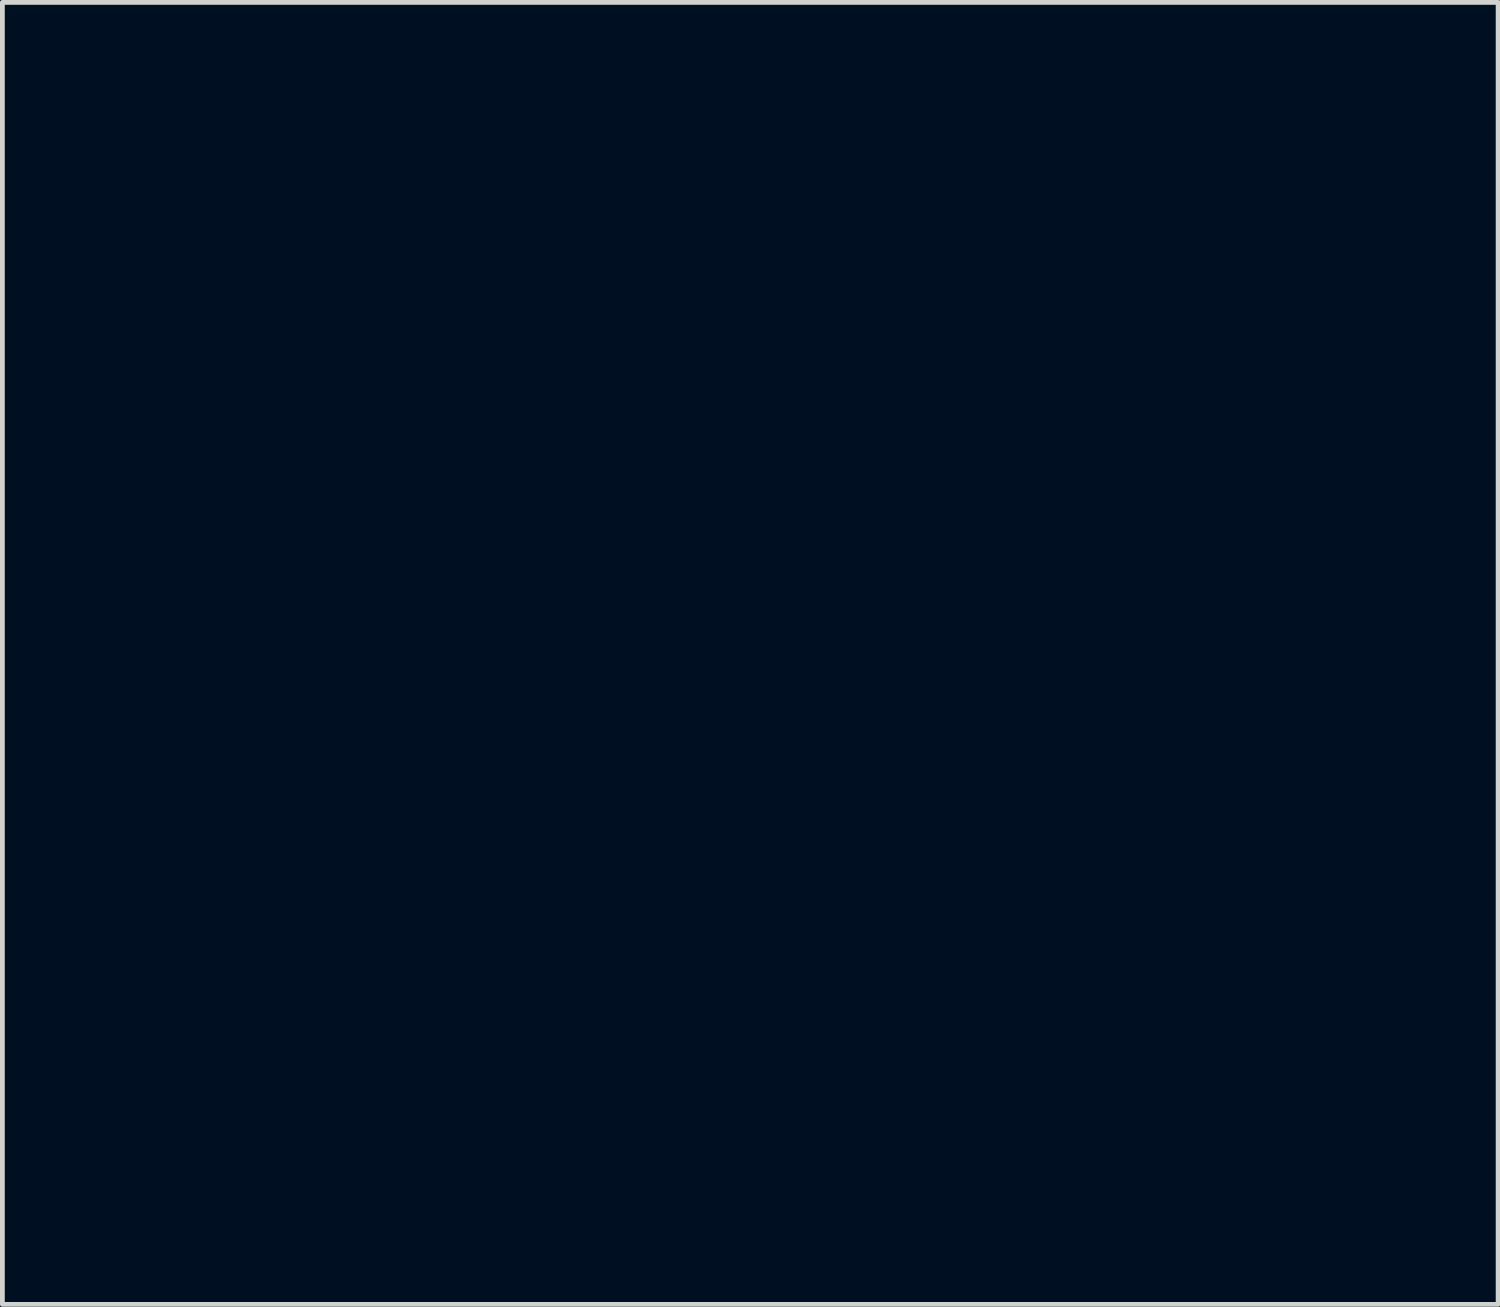
<source format=kicad_pcb>
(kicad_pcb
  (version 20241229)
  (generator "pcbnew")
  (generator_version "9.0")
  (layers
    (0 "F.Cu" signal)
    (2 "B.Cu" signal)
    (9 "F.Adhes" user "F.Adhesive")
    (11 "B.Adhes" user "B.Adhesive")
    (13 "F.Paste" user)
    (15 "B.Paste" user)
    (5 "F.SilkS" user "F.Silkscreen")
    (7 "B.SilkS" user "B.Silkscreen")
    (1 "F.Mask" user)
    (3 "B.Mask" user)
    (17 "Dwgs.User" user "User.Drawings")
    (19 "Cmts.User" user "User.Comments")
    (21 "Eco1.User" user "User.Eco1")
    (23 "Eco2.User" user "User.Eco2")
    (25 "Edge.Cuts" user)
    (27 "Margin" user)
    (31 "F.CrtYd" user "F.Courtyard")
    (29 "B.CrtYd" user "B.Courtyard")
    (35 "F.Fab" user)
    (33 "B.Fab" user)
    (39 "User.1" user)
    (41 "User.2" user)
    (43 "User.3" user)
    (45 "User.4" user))
  (footprint "osh-park-text-mask"
    (layer "F.Cu")
    (at 12.678 12.884)
    (property "Reference" "osh-park-text-mask" (at 0 -11.458 180) (layer "F.Mask") (effects (font (size 1.524 1.524) (thickness 0.305))))
    (attr smd)
    (fp_poly (pts (xy 6.761 6.121) (xy 6.209 6.121) (xy 5.428 6.959) (xy 5.428 6.121) (xy 4.996 6.121) (xy 4.996 8.267) (xy 5.428 8.267) (xy 5.428 7.194) (xy 6.71 8.41) (xy 6.71 7.832) (xy 5.871 7.056) (xy 6.761 6.121)) (stroke (width 0) (type solid)) (fill yes) (layer "B.Mask"))
    (fp_poly (pts (xy -1.104 6.121) (xy -1.104 7.076) (xy -2.246 7.076) (xy -2.246 6.121) (xy -2.506 6.121) (xy -2.506 8.267) (xy -2.246 8.267) (xy -2.246 7.311) (xy -1.104 7.311) (xy -1.104 8.267) (xy -0.844 8.267) (xy -0.844 6.121) (xy -1.104 6.121)) (stroke (width 0) (type solid)) (fill yes) (layer "B.Mask"))
    (fp_poly (pts (xy 2.598 8.267) (xy 1.963 6.558) (xy 2.315 7.506) (xy 1.608 7.506) (xy 1.963 6.558) (xy 2.598 8.267) (xy 3.065 8.267) (xy 2.204 6.121) (xy 1.72 6.121) (xy 0.859 8.267) (xy 1.325 8.267) (xy 1.477 7.86) (xy 2.447 7.86) (xy 2.598 8.267)) (stroke (width 0) (type solid)) (fill yes) (layer "B.Mask"))
    (fp_poly (pts (xy 0.428 6.121) (xy -0.027 6.496) (xy 0.388 6.496) (xy 0.445 6.501) (xy 0.499 6.515) (xy 0.547 6.538) (xy 0.589 6.57) (xy 0.623 6.608) (xy 0.649 6.654) (xy 0.665 6.705) (xy 0.671 6.762) (xy 0.665 6.82) (xy 0.649 6.873) (xy 0.623 6.919) (xy 0.589 6.957) (xy 0.547 6.989) (xy 0.499 7.012) (xy 0.445 7.026) (xy 0.388 7.031) (xy 0.388 7.031) (xy -0.027 7.031) (xy -0.027 6.496) (xy 0.428 6.121) (xy -0.459 6.121) (xy -0.459 8.267) (xy -0.027 8.267) (xy -0.027 7.383) (xy 0.428 7.383) (xy 0.558 7.37) (xy 0.678 7.335) (xy 0.786 7.279) (xy 0.88 7.204) (xy 0.956 7.112) (xy 1.014 7.006) (xy 1.05 6.888) (xy 1.063 6.759) (xy 1.05 6.63) (xy 1.014 6.511) (xy 0.956 6.402) (xy 0.88 6.308) (xy 0.786 6.23) (xy 0.678 6.171) (xy 0.558 6.134) (xy 0.428 6.121) (xy 0.428 6.121)) (stroke (width 0) (type solid)) (fill yes) (layer "B.Mask"))
    (fp_poly (pts (xy 4.317 7.328) (xy 4.11 7.022) (xy 3.672 7.022) (xy 3.672 6.496) (xy 4.11 6.496) (xy 4.163 6.501) (xy 4.212 6.516) (xy 4.257 6.54) (xy 4.295 6.571) (xy 4.327 6.61) (xy 4.35 6.655) (xy 4.365 6.705) (xy 4.37 6.759) (xy 4.365 6.813) (xy 4.351 6.863) (xy 4.327 6.907) (xy 4.296 6.946) (xy 4.258 6.978) (xy 4.214 7.002) (xy 4.164 7.017) (xy 4.11 7.022) (xy 4.11 7.022) (xy 4.317 7.328) (xy 4.41 7.297) (xy 4.496 7.252) (xy 4.572 7.195) (xy 4.637 7.127) (xy 4.69 7.048) (xy 4.73 6.961) (xy 4.754 6.865) (xy 4.762 6.762) (xy 4.75 6.632) (xy 4.713 6.511) (xy 4.655 6.402) (xy 4.578 6.307) (xy 4.484 6.229) (xy 4.376 6.171) (xy 4.256 6.134) (xy 4.127 6.121) (xy 3.24 6.121) (xy 3.24 8.267) (xy 3.672 8.267) (xy 3.672 7.357) (xy 3.884 7.357) (xy 4.353 8.267) (xy 4.837 8.267) (xy 4.316 7.328) (xy 4.317 7.328)) (stroke (width 0) (type solid)) (fill yes) (layer "B.Mask"))
    (fp_poly (pts (xy -3.591 8.295) (xy -3.442 8.286) (xy -3.304 8.259) (xy -3.18 8.213) (xy -3.072 8.148) (xy -2.984 8.064) (xy -2.918 7.96) (xy -2.876 7.836) (xy -2.861 7.692) (xy -2.877 7.552) (xy -2.921 7.435) (xy -2.99 7.337) (xy -3.078 7.254) (xy -3.18 7.185) (xy -3.292 7.127) (xy -3.528 7.028) (xy -3.707 6.956) (xy -3.857 6.873) (xy -3.916 6.824) (xy -3.961 6.768) (xy -3.99 6.704) (xy -4 6.63) (xy -3.992 6.555) (xy -3.968 6.491) (xy -3.93 6.437) (xy -3.88 6.394) (xy -3.82 6.36) (xy -3.752 6.337) (xy -3.677 6.323) (xy -3.597 6.318) (xy -3.501 6.323) (xy -3.413 6.336) (xy -3.333 6.358) (xy -3.26 6.388) (xy -3.196 6.424) (xy -3.139 6.466) (xy -3.05 6.567) (xy -2.876 6.389) (xy -2.935 6.327) (xy -3.003 6.271) (xy -3.081 6.22) (xy -3.169 6.176) (xy -3.265 6.141) (xy -3.369 6.114) (xy -3.482 6.098) (xy -3.603 6.092) (xy -3.735 6.101) (xy -3.858 6.128) (xy -3.97 6.172) (xy -4.069 6.234) (xy -4.15 6.313) (xy -4.211 6.409) (xy -4.25 6.521) (xy -4.264 6.649) (xy -4.25 6.769) (xy -4.21 6.87) (xy -4.149 6.954) (xy -4.071 7.025) (xy -3.978 7.085) (xy -3.875 7.137) (xy -3.654 7.225) (xy -3.457 7.304) (xy -3.367 7.349) (xy -3.287 7.4) (xy -3.22 7.459) (xy -3.168 7.528) (xy -3.136 7.609) (xy -3.125 7.705) (xy -3.135 7.789) (xy -3.162 7.86) (xy -3.204 7.919) (xy -3.259 7.966) (xy -3.327 8.002) (xy -3.404 8.027) (xy -3.49 8.041) (xy -3.583 8.046) (xy -3.691 8.039) (xy -3.793 8.02) (xy -3.889 7.989) (xy -3.976 7.947) (xy -4.053 7.896) (xy -4.119 7.835) (xy -4.172 7.765) (xy -4.212 7.688) (xy -4.401 7.88) (xy -4.338 7.968) (xy -4.261 8.047) (xy -4.172 8.118) (xy -4.072 8.179) (xy -3.963 8.228) (xy -3.845 8.264) (xy -3.721 8.287) (xy -3.591 8.295) (xy -3.591 8.295)) (stroke (width 0) (type solid)) (fill yes) (layer "B.Mask"))
    (fp_poly (pts (xy -5.714 8.295) (xy -5.714 8.046) (xy -5.885 8.029) (xy -6.039 7.98) (xy -6.176 7.903) (xy -6.293 7.799) (xy -6.387 7.674) (xy -6.457 7.529) (xy -6.5 7.368) (xy -6.515 7.194) (xy -6.5 7.02) (xy -6.457 6.859) (xy -6.387 6.714) (xy -6.293 6.588) (xy -6.176 6.485) (xy -6.039 6.407) (xy -5.885 6.358) (xy -5.714 6.341) (xy -5.542 6.358) (xy -5.388 6.407) (xy -5.251 6.485) (xy -5.136 6.588) (xy -5.042 6.714) (xy -4.973 6.859) (xy -4.93 7.02) (xy -4.916 7.194) (xy -4.93 7.368) (xy -4.973 7.529) (xy -5.042 7.674) (xy -5.136 7.799) (xy -5.251 7.903) (xy -5.388 7.98) (xy -5.542 8.029) (xy -5.714 8.046) (xy -5.714 8.295) (xy -5.602 8.289) (xy -5.495 8.273) (xy -5.392 8.246) (xy -5.294 8.209) (xy -5.202 8.162) (xy -5.116 8.107) (xy -5.036 8.044) (xy -4.963 7.973) (xy -4.897 7.895) (xy -4.838 7.81) (xy -4.787 7.719) (xy -4.745 7.623) (xy -4.711 7.521) (xy -4.687 7.416) (xy -4.672 7.306) (xy -4.667 7.193) (xy -4.672 7.081) (xy -4.687 6.971) (xy -4.711 6.865) (xy -4.745 6.764) (xy -4.787 6.668) (xy -4.838 6.577) (xy -4.897 6.492) (xy -4.963 6.414) (xy -5.036 6.343) (xy -5.116 6.28) (xy -5.202 6.224) (xy -5.294 6.178) (xy -5.392 6.141) (xy -5.495 6.114) (xy -5.602 6.097) (xy -5.714 6.091) (xy -5.826 6.097) (xy -5.934 6.114) (xy -6.037 6.141) (xy -6.135 6.178) (xy -6.227 6.224) (xy -6.313 6.28) (xy -6.393 6.343) (xy -6.466 6.414) (xy -6.532 6.492) (xy -6.59 6.577) (xy -6.641 6.668) (xy -6.683 6.764) (xy -6.717 6.865) (xy -6.741 6.971) (xy -6.756 7.081) (xy -6.761 7.193) (xy -6.756 7.306) (xy -6.741 7.416) (xy -6.717 7.521) (xy -6.683 7.623) (xy -6.641 7.719) (xy -6.59 7.81) (xy -6.532 7.895) (xy -6.466 7.973) (xy -6.393 8.044) (xy -6.313 8.107) (xy -6.227 8.162) (xy -6.135 8.209) (xy -6.037 8.246) (xy -5.934 8.273) (xy -5.826 8.289) (xy -5.714 8.295)) (stroke (width 0) (type solid)) (fill yes) (layer "B.Mask")))
  (gr_rect
    (start -3 -3)
    (end 28.356 24.294)
    (stroke (width 0.1) (type default))
    (fill no)
    (layer "Edge.Cuts")))
</source>
